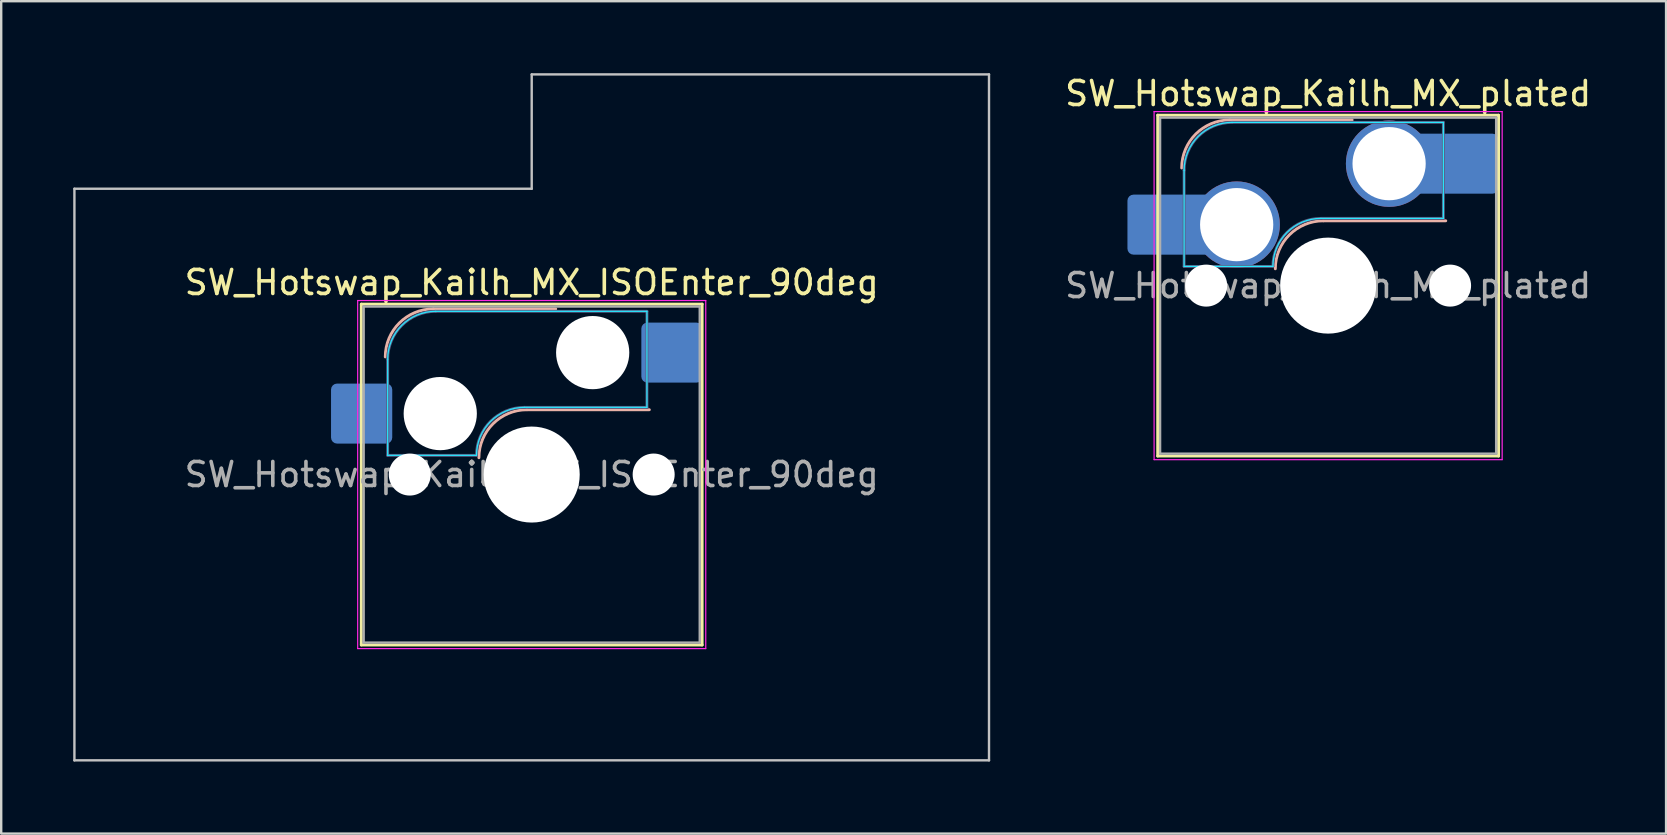
<source format=kicad_pcb>
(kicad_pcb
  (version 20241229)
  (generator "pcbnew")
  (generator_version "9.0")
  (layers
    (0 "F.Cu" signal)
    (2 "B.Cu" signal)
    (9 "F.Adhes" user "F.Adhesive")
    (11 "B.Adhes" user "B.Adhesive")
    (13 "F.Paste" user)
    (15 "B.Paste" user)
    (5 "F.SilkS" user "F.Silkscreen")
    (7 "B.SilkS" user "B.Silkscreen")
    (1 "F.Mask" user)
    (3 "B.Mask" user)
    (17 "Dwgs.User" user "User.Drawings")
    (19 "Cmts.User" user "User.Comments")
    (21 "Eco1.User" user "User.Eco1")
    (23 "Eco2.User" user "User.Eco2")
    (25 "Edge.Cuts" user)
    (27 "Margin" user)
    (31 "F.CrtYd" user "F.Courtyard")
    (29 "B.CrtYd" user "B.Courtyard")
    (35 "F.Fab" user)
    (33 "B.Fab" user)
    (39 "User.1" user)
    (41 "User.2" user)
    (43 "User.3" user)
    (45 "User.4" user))
  (footprint "SW_Hotswap_Kailh_MX_ISOEnter_90deg"
    (layer "F.Cu")
    (at 19.1 16.719)
    (property "Reference" "SW_Hotswap_Kailh_MX_ISOEnter_90deg" (at 0 -8 0) (layer "F.SilkS") (effects (font (size 1 1) (thickness 0.15))))
    (attr smd)
    (fp_line (start -7.1 -7.1) (end -7.1 7.1) (stroke (width 0.12) (type solid)) (layer "F.SilkS"))
    (fp_line (start -7.1 7.1) (end 7.1 7.1) (stroke (width 0.12) (type solid)) (layer "F.SilkS"))
    (fp_line (start 7.1 -7.1) (end -7.1 -7.1) (stroke (width 0.12) (type solid)) (layer "F.SilkS"))
    (fp_line (start 7.1 7.1) (end 7.1 -7.1) (stroke (width 0.12) (type solid)) (layer "F.SilkS"))
    (fp_line (start -4.1 -6.9) (end 1 -6.9) (stroke (width 0.12) (type solid)) (layer "B.SilkS"))
    (fp_line (start -0.2 -2.7) (end 4.9 -2.7) (stroke (width 0.12) (type solid)) (layer "B.SilkS"))
    (fp_arc (start -6.1 -4.9) (mid -5.514214 -6.314214) (end -4.1 -6.9) (stroke (width 0.12) (type solid)) (layer "B.SilkS"))
    (fp_arc (start -2.2 -0.7) (mid -1.614214 -2.114214) (end -0.2 -2.7) (stroke (width 0.12) (type solid)) (layer "B.SilkS"))
    (fp_line (start -19.05 -11.906) (end -19.05 11.906) (stroke (width 0.1) (type solid)) (layer "Dwgs.User"))
    (fp_line (start -19.05 11.906) (end 19.05 11.906) (stroke (width 0.1) (type solid)) (layer "Dwgs.User"))
    (fp_line (start 0 -16.669) (end 0 -11.906) (stroke (width 0.1) (type solid)) (layer "Dwgs.User"))
    (fp_line (start 0 -11.906) (end -19.05 -11.906) (stroke (width 0.1) (type solid)) (layer "Dwgs.User"))
    (fp_line (start 19.05 -16.669) (end 0 -16.669) (stroke (width 0.1) (type solid)) (layer "Dwgs.User"))
    (fp_line (start 19.05 11.906) (end 19.05 -16.669) (stroke (width 0.1) (type solid)) (layer "Dwgs.User"))
    (fp_line (start -7.8 -6) (end -7 -6) (stroke (width 0.1) (type solid)) (layer "Eco1.User"))
    (fp_line (start -7.8 -2.9) (end -7.8 -6) (stroke (width 0.1) (type solid)) (layer "Eco1.User"))
    (fp_line (start -7.8 2.9) (end -7 2.9) (stroke (width 0.1) (type solid)) (layer "Eco1.User"))
    (fp_line (start -7.8 6) (end -7.8 2.9) (stroke (width 0.1) (type solid)) (layer "Eco1.User"))
    (fp_line (start -7 -7) (end 7 -7) (stroke (width 0.1) (type solid)) (layer "Eco1.User"))
    (fp_line (start -7 -6) (end -7 -7) (stroke (width 0.1) (type solid)) (layer "Eco1.User"))
    (fp_line (start -7 -2.9) (end -7.8 -2.9) (stroke (width 0.1) (type solid)) (layer "Eco1.User"))
    (fp_line (start -7 2.9) (end -7 -2.9) (stroke (width 0.1) (type solid)) (layer "Eco1.User"))
    (fp_line (start -7 6) (end -7.8 6) (stroke (width 0.1) (type solid)) (layer "Eco1.User"))
    (fp_line (start -7 7) (end -7 6) (stroke (width 0.1) (type solid)) (layer "Eco1.User"))
    (fp_line (start 7 -7) (end 7 -6) (stroke (width 0.1) (type solid)) (layer "Eco1.User"))
    (fp_line (start 7 -6) (end 7.8 -6) (stroke (width 0.1) (type solid)) (layer "Eco1.User"))
    (fp_line (start 7 -2.9) (end 7 2.9) (stroke (width 0.1) (type solid)) (layer "Eco1.User"))
    (fp_line (start 7 2.9) (end 7.8 2.9) (stroke (width 0.1) (type solid)) (layer "Eco1.User"))
    (fp_line (start 7 6) (end 7 7) (stroke (width 0.1) (type solid)) (layer "Eco1.User"))
    (fp_line (start 7 7) (end -7 7) (stroke (width 0.1) (type solid)) (layer "Eco1.User"))
    (fp_line (start 7.8 -6) (end 7.8 -2.9) (stroke (width 0.1) (type solid)) (layer "Eco1.User"))
    (fp_line (start 7.8 -2.9) (end 7 -2.9) (stroke (width 0.1) (type solid)) (layer "Eco1.User"))
    (fp_line (start 7.8 2.9) (end 7.8 6) (stroke (width 0.1) (type solid)) (layer "Eco1.User"))
    (fp_line (start 7.8 6) (end 7 6) (stroke (width 0.1) (type solid)) (layer "Eco1.User"))
    (fp_line (start -6 -0.8) (end -6 -4.8) (stroke (width 0.05) (type solid)) (layer "B.CrtYd"))
    (fp_line (start -6 -0.8) (end -2.3 -0.8) (stroke (width 0.05) (type solid)) (layer "B.CrtYd"))
    (fp_line (start -4 -6.8) (end 4.8 -6.8) (stroke (width 0.05) (type solid)) (layer "B.CrtYd"))
    (fp_line (start -0.3 -2.8) (end 4.8 -2.8) (stroke (width 0.05) (type solid)) (layer "B.CrtYd"))
    (fp_line (start 4.8 -6.8) (end 4.8 -2.8) (stroke (width 0.05) (type solid)) (layer "B.CrtYd"))
    (fp_arc (start -6 -4.8) (mid -5.414214 -6.214214) (end -4 -6.8) (stroke (width 0.05) (type solid)) (layer "B.CrtYd"))
    (fp_arc (start -2.3 -0.8) (mid -1.714214 -2.214214) (end -0.3 -2.8) (stroke (width 0.05) (type solid)) (layer "B.CrtYd"))
    (fp_line (start -7.25 -7.25) (end -7.25 7.25) (stroke (width 0.05) (type solid)) (layer "F.CrtYd"))
    (fp_line (start -7.25 7.25) (end 7.25 7.25) (stroke (width 0.05) (type solid)) (layer "F.CrtYd"))
    (fp_line (start 7.25 -7.25) (end -7.25 -7.25) (stroke (width 0.05) (type solid)) (layer "F.CrtYd"))
    (fp_line (start 7.25 7.25) (end 7.25 -7.25) (stroke (width 0.05) (type solid)) (layer "F.CrtYd"))
    (fp_line (start -6 -0.8) (end -6 -4.8) (stroke (width 0.12) (type solid)) (layer "B.Fab"))
    (fp_line (start -6 -0.8) (end -2.3 -0.8) (stroke (width 0.12) (type solid)) (layer "B.Fab"))
    (fp_line (start -4 -6.8) (end 4.8 -6.8) (stroke (width 0.12) (type solid)) (layer "B.Fab"))
    (fp_line (start -0.3 -2.8) (end 4.8 -2.8) (stroke (width 0.12) (type solid)) (layer "B.Fab"))
    (fp_line (start 4.8 -6.8) (end 4.8 -2.8) (stroke (width 0.12) (type solid)) (layer "B.Fab"))
    (fp_arc (start -6 -4.8) (mid -5.414214 -6.214214) (end -4 -6.8) (stroke (width 0.12) (type solid)) (layer "B.Fab"))
    (fp_arc (start -2.3 -0.8) (mid -1.714214 -2.214214) (end -0.3 -2.8) (stroke (width 0.12) (type solid)) (layer "B.Fab"))
    (fp_line (start -7 -7) (end -7 7) (stroke (width 0.1) (type solid)) (layer "F.Fab"))
    (fp_line (start -7 7) (end 7 7) (stroke (width 0.1) (type solid)) (layer "F.Fab"))
    (fp_line (start 7 -7) (end -7 -7) (stroke (width 0.1) (type solid)) (layer "F.Fab"))
    (fp_line (start 7 7) (end 7 -7) (stroke (width 0.1) (type solid)) (layer "F.Fab"))
    (fp_text user "${REFERENCE}" (at 0 0 0) (layer "F.Fab") (effects (font (size 1 1) (thickness 0.15))))
    (pad "" np_thru_hole circle (at -5.08 0) (size 1.75 1.75) (drill 1.75) (layers "*.Cu" "*.Mask"))
    (pad "" np_thru_hole circle (at -3.81 -2.54) (size 3.05 3.05) (drill 3.05) (layers "*.Cu" "*.Mask"))
    (pad "" np_thru_hole circle (at 0 0) (size 4 4) (drill 4) (layers "*.Cu" "*.Mask"))
    (pad "" np_thru_hole circle (at 2.54 -5.08) (size 3.05 3.05) (drill 3.05) (layers "*.Cu" "*.Mask"))
    (pad "" np_thru_hole circle (at 5.08 0) (size 1.75 1.75) (drill 1.75) (layers "*.Cu" "*.Mask"))
    (pad "1" smd roundrect (at -7.085 -2.54) (size 2.55 2.5) (layers "B.Cu" "B.Mask" "B.Paste") (roundrect_rratio 0.1))
    (pad "2" smd roundrect (at 5.842 -5.08) (size 2.55 2.5) (layers "B.Cu" "B.Mask" "B.Paste") (roundrect_rratio 0.1)))
  (footprint "SW_Hotswap_Kailh_MX_plated"
    (layer "F.Cu")
    (at 52.277 8.848)
    (property "Reference" "SW_Hotswap_Kailh_MX_plated" (at 0 -8 0) (layer "F.SilkS") (effects (font (size 1 1) (thickness 0.15))))
    (attr smd)
    (fp_line (start -7.1 -7.1) (end -7.1 7.1) (stroke (width 0.12) (type solid)) (layer "F.SilkS"))
    (fp_line (start -7.1 7.1) (end 7.1 7.1) (stroke (width 0.12) (type solid)) (layer "F.SilkS"))
    (fp_line (start 7.1 -7.1) (end -7.1 -7.1) (stroke (width 0.12) (type solid)) (layer "F.SilkS"))
    (fp_line (start 7.1 7.1) (end 7.1 -7.1) (stroke (width 0.12) (type solid)) (layer "F.SilkS"))
    (fp_line (start -4.1 -6.9) (end 1 -6.9) (stroke (width 0.12) (type solid)) (layer "B.SilkS"))
    (fp_line (start -0.2 -2.7) (end 4.9 -2.7) (stroke (width 0.12) (type solid)) (layer "B.SilkS"))
    (fp_arc (start -6.1 -4.9) (mid -5.514214 -6.314214) (end -4.1 -6.9) (stroke (width 0.12) (type solid)) (layer "B.SilkS"))
    (fp_arc (start -2.2 -0.7) (mid -1.614214 -2.114214) (end -0.2 -2.7) (stroke (width 0.12) (type solid)) (layer "B.SilkS"))
    (fp_line (start -7.8 -6) (end -7 -6) (stroke (width 0.1) (type solid)) (layer "Eco1.User"))
    (fp_line (start -7.8 -2.9) (end -7.8 -6) (stroke (width 0.1) (type solid)) (layer "Eco1.User"))
    (fp_line (start -7.8 2.9) (end -7 2.9) (stroke (width 0.1) (type solid)) (layer "Eco1.User"))
    (fp_line (start -7.8 6) (end -7.8 2.9) (stroke (width 0.1) (type solid)) (layer "Eco1.User"))
    (fp_line (start -7 -7) (end 7 -7) (stroke (width 0.1) (type solid)) (layer "Eco1.User"))
    (fp_line (start -7 -6) (end -7 -7) (stroke (width 0.1) (type solid)) (layer "Eco1.User"))
    (fp_line (start -7 -2.9) (end -7.8 -2.9) (stroke (width 0.1) (type solid)) (layer "Eco1.User"))
    (fp_line (start -7 2.9) (end -7 -2.9) (stroke (width 0.1) (type solid)) (layer "Eco1.User"))
    (fp_line (start -7 6) (end -7.8 6) (stroke (width 0.1) (type solid)) (layer "Eco1.User"))
    (fp_line (start -7 7) (end -7 6) (stroke (width 0.1) (type solid)) (layer "Eco1.User"))
    (fp_line (start 7 -7) (end 7 -6) (stroke (width 0.1) (type solid)) (layer "Eco1.User"))
    (fp_line (start 7 -6) (end 7.8 -6) (stroke (width 0.1) (type solid)) (layer "Eco1.User"))
    (fp_line (start 7 -2.9) (end 7 2.9) (stroke (width 0.1) (type solid)) (layer "Eco1.User"))
    (fp_line (start 7 2.9) (end 7.8 2.9) (stroke (width 0.1) (type solid)) (layer "Eco1.User"))
    (fp_line (start 7 6) (end 7 7) (stroke (width 0.1) (type solid)) (layer "Eco1.User"))
    (fp_line (start 7 7) (end -7 7) (stroke (width 0.1) (type solid)) (layer "Eco1.User"))
    (fp_line (start 7.8 -6) (end 7.8 -2.9) (stroke (width 0.1) (type solid)) (layer "Eco1.User"))
    (fp_line (start 7.8 -2.9) (end 7 -2.9) (stroke (width 0.1) (type solid)) (layer "Eco1.User"))
    (fp_line (start 7.8 2.9) (end 7.8 6) (stroke (width 0.1) (type solid)) (layer "Eco1.User"))
    (fp_line (start 7.8 6) (end 7 6) (stroke (width 0.1) (type solid)) (layer "Eco1.User"))
    (fp_line (start -6 -0.8) (end -6 -4.8) (stroke (width 0.05) (type solid)) (layer "B.CrtYd"))
    (fp_line (start -6 -0.8) (end -2.3 -0.8) (stroke (width 0.05) (type solid)) (layer "B.CrtYd"))
    (fp_line (start -4 -6.8) (end 4.8 -6.8) (stroke (width 0.05) (type solid)) (layer "B.CrtYd"))
    (fp_line (start -0.3 -2.8) (end 4.8 -2.8) (stroke (width 0.05) (type solid)) (layer "B.CrtYd"))
    (fp_line (start 4.8 -6.8) (end 4.8 -2.8) (stroke (width 0.05) (type solid)) (layer "B.CrtYd"))
    (fp_arc (start -6 -4.8) (mid -5.414214 -6.214214) (end -4 -6.8) (stroke (width 0.05) (type solid)) (layer "B.CrtYd"))
    (fp_arc (start -2.3 -0.8) (mid -1.714214 -2.214214) (end -0.3 -2.8) (stroke (width 0.05) (type solid)) (layer "B.CrtYd"))
    (fp_line (start -7.25 -7.25) (end -7.25 7.25) (stroke (width 0.05) (type solid)) (layer "F.CrtYd"))
    (fp_line (start -7.25 7.25) (end 7.25 7.25) (stroke (width 0.05) (type solid)) (layer "F.CrtYd"))
    (fp_line (start 7.25 -7.25) (end -7.25 -7.25) (stroke (width 0.05) (type solid)) (layer "F.CrtYd"))
    (fp_line (start 7.25 7.25) (end 7.25 -7.25) (stroke (width 0.05) (type solid)) (layer "F.CrtYd"))
    (fp_line (start -6 -0.8) (end -6 -4.8) (stroke (width 0.12) (type solid)) (layer "B.Fab"))
    (fp_line (start -6 -0.8) (end -2.3 -0.8) (stroke (width 0.12) (type solid)) (layer "B.Fab"))
    (fp_line (start -4 -6.8) (end 4.8 -6.8) (stroke (width 0.12) (type solid)) (layer "B.Fab"))
    (fp_line (start -0.3 -2.8) (end 4.8 -2.8) (stroke (width 0.12) (type solid)) (layer "B.Fab"))
    (fp_line (start 4.8 -6.8) (end 4.8 -2.8) (stroke (width 0.12) (type solid)) (layer "B.Fab"))
    (fp_arc (start -6 -4.8) (mid -5.414214 -6.214214) (end -4 -6.8) (stroke (width 0.12) (type solid)) (layer "B.Fab"))
    (fp_arc (start -2.3 -0.8) (mid -1.714214 -2.214214) (end -0.3 -2.8) (stroke (width 0.12) (type solid)) (layer "B.Fab"))
    (fp_line (start -7 -7) (end -7 7) (stroke (width 0.1) (type solid)) (layer "F.Fab"))
    (fp_line (start -7 7) (end 7 7) (stroke (width 0.1) (type solid)) (layer "F.Fab"))
    (fp_line (start 7 -7) (end -7 -7) (stroke (width 0.1) (type solid)) (layer "F.Fab"))
    (fp_line (start 7 7) (end 7 -7) (stroke (width 0.1) (type solid)) (layer "F.Fab"))
    (fp_text user "${REFERENCE}" (at 0 0 0) (layer "F.Fab") (effects (font (size 1 1) (thickness 0.15))))
    (pad "" smd roundrect (at -7.085 -2.54) (size 2.55 2.5) (layers "B.Mask" "B.Paste") (roundrect_rratio 0.1))
    (pad "" np_thru_hole circle (at -5.08 0) (size 1.75 1.75) (drill 1.75) (layers "*.Cu" "*.Mask"))
    (pad "" smd circle (at -3.81 -2.54) (size 3.1 3.1) (layers "F.Mask"))
    (pad "" np_thru_hole circle (at 0 0) (size 4 4) (drill 4) (layers "*.Cu" "*.Mask"))
    (pad "" smd circle (at 2.54 -5.08) (size 3.1 3.1) (layers "F.Mask"))
    (pad "" np_thru_hole circle (at 5.08 0) (size 1.75 1.75) (drill 1.75) (layers "*.Cu" "*.Mask"))
    (pad "" smd roundrect (at 5.842 -5.08) (size 2.55 2.5) (layers "B.Mask" "B.Paste") (roundrect_rratio 0.1))
    (pad "1" smd roundrect (at -6.585 -2.54) (size 3.55 2.5) (layers "B.Cu") (roundrect_rratio 0.1))
    (pad "1" thru_hole circle (at -3.81 -2.54) (size 3.6 3.6) (drill 3.05) (layers "*.Cu" "B.Mask"))
    (pad "2" thru_hole circle (at 2.54 -5.08) (size 3.6 3.6) (drill 3.05) (layers "*.Cu" "B.Mask"))
    (pad "2" smd roundrect (at 5.32 -5.08) (size 3.55 2.5) (layers "B.Cu") (roundrect_rratio 0.1)))
  (gr_rect
    (start -3 -3)
    (end 66.355 31.675)
    (stroke (width 0.1) (type default))
    (fill no)
    (layer "Edge.Cuts")))
</source>
